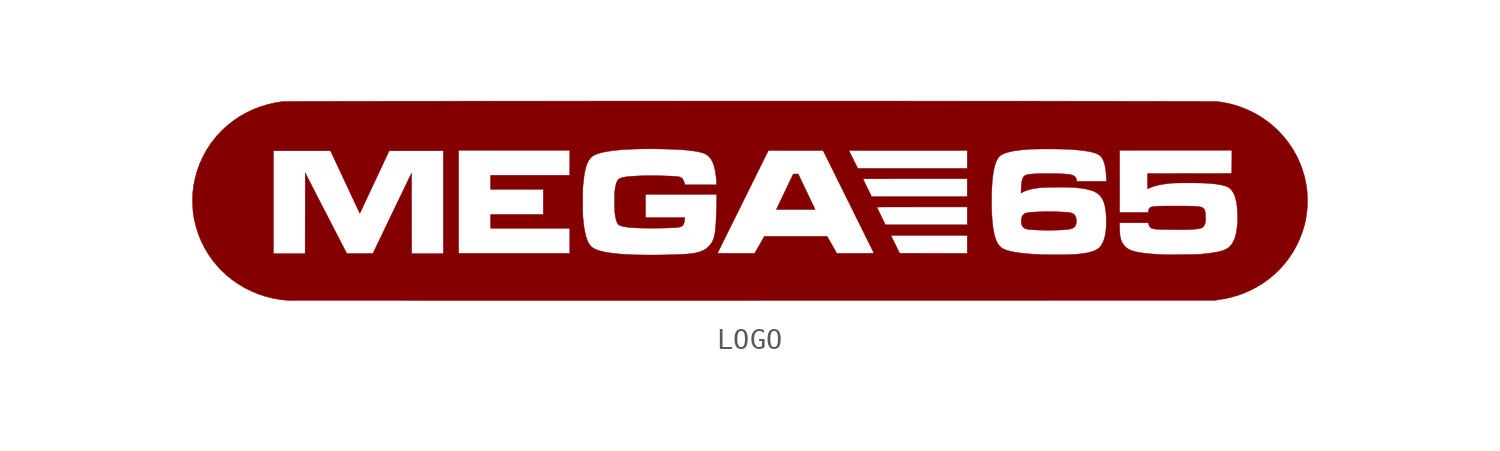
<source format=kicad_sym>
(kicad_symbol_lib
  (version 20210619)
  (generator bitmap2component)
  (symbol "LOGO"
    (pin_names
      (offset 1.016))
    (property "Reference" "#G"
      (at 0 4.247 0)
      (effects (font (size 1.27 1.27)) hide))
    (symbol "LOGO_0_0"
      (polyline (pts (xy -2.303 -4.89) (xy -0.723 -4.89) (xy 0.078 -4.89) (xy 22.74 -4.889) (xy 22.959 -4.857) (xy 23.056 -4.842) (xy 23.358 -4.787) (xy 23.642 -4.719) (xy 23.915 -4.638) (xy 24.183 -4.541) (xy 24.45 -4.427) (xy 24.781 -4.259) (xy 25.097 -4.069) (xy 25.395 -3.857) (xy 25.677 -3.626) (xy 25.939 -3.375) (xy 26.181 -3.106) (xy 26.403 -2.82) (xy 26.604 -2.518) (xy 26.781 -2.2) (xy 26.935 -1.869) (xy 27.065 -1.524) (xy 27.07 -1.51) (xy 27.16 -1.209) (xy 27.227 -0.914) (xy 27.274 -0.618) (xy 27.301 -0.313) (xy 27.31 0.007) (xy 27.306 0.222) (xy 27.29 0.471) (xy 27.261 0.713) (xy 27.217 0.954) (xy 27.157 1.206) (xy 27.153 1.222) (xy 27.046 1.573) (xy 26.913 1.912) (xy 26.756 2.239) (xy 26.576 2.553) (xy 26.373 2.852) (xy 26.149 3.135) (xy 25.905 3.401) (xy 25.641 3.649) (xy 25.359 3.877) (xy 25.059 4.085) (xy 24.744 4.271) (xy 24.412 4.435) (xy 24.29 4.488) (xy 24.02 4.593) (xy 23.752 4.681) (xy 23.479 4.753) (xy 23.193 4.811) (xy 22.888 4.856) (xy 22.869 4.857) (xy 22.822 4.858) (xy 22.748 4.859) (xy 22.647 4.86) (xy 22.52 4.861) (xy 22.369 4.861) (xy 22.192 4.862) (xy 21.991 4.863) (xy 21.766 4.864) (xy 21.518 4.864) (xy 21.248 4.865) (xy 20.956 4.866) (xy 20.642 4.866) (xy 20.308 4.867) (xy 19.954 4.867) (xy 19.58 4.868) (xy 19.187 4.869) (xy 18.775 4.869) (xy 18.346 4.87) (xy 17.899 4.87) (xy 17.436 4.871) (xy 16.956 4.871) (xy 16.461 4.872) (xy 15.951 4.872) (xy 15.427 4.873) (xy 14.888 4.873) (xy 14.336 4.873) (xy 13.772 4.874) (xy 13.196 4.874) (xy 12.608 4.875) (xy 12.009 4.875) (xy 11.399 4.875) (xy 10.78 4.875) (xy 10.152 4.876) (xy 9.515 4.876) (xy 8.87 4.876) (xy 8.217 4.876) (xy 7.558 4.877) (xy 6.892 4.877) (xy 6.22 4.877) (xy 5.543 4.877) (xy 4.862 4.877) (xy 4.176 4.877) (xy 3.487 4.878) (xy 2.795 4.878) (xy 2.101 4.878) (xy 1.405 4.878) (xy 0.708 4.878) (xy -0.688 4.878) (xy -1.385 4.878) (xy -2.081 4.878) (xy -2.776 4.878) (xy -3.468 4.877) (xy -4.157 4.877) (xy -4.843 4.877) (xy -5.524 4.877) (xy -6.201 4.877) (xy -6.873 4.877) (xy -7.54 4.877) (xy -8.199 4.876) (xy -8.852 4.876) (xy -9.498 4.876) (xy -10.135 4.876) (xy -10.764 4.875) (xy -11.384 4.875) (xy -11.994 4.875) (xy -12.593 4.874) (xy -13.182 4.874) (xy -13.759 4.874) (xy -14.324 4.873) (xy -14.876 4.873) (xy -15.415 4.872) (xy -15.94 4.872) (xy -16.451 4.872) (xy -16.947 4.871) (xy -17.427 4.871) (xy -17.891 4.87) (xy -18.339 4.87) (xy -18.769 4.869) (xy -19.181 4.869) (xy -19.575 4.868) (xy -19.95 4.867) (xy -20.306 4.867) (xy -20.641 4.866) (xy -20.955 4.865) (xy -21.248 4.865) (xy -21.52 4.864) (xy -21.769 4.863) (xy -21.994 4.863) (xy -22.197 4.862) (xy -22.375 4.861) (xy -22.528 4.86) (xy -22.656 4.86) (xy -22.758 4.859) (xy -22.833 4.858) (xy -22.882 4.857) (xy -22.902 4.856) (xy -23.27 4.797) (xy -23.644 4.71) (xy -24.005 4.599) (xy -24.353 4.464) (xy -24.688 4.306) (xy -25.007 4.125) (xy -25.311 3.921) (xy -25.599 3.695) (xy -25.869 3.449) (xy -26.122 3.181) (xy -26.354 2.893) (xy -26.449 2.762) (xy -26.637 2.469) (xy -14.28 2.469) (xy -8.834 2.469) (xy -8.834 1.242) (xy -12.714 1.242) (xy -12.714 0.55) (xy -10.132 0.55) (xy -10.132 -0.041) (xy -8.204 -0.041) (xy -8.203 0.113) (xy -8.202 0.261) (xy -8.199 0.4) (xy -8.196 0.525) (xy -8.192 0.631) (xy -8.187 0.713) (xy -8.183 0.758) (xy -8.158 1.005) (xy -8.129 1.226) (xy -8.095 1.422) (xy -8.055 1.594) (xy -8.009 1.744) (xy -7.956 1.873) (xy -7.896 1.983) (xy -7.829 2.074) (xy -7.753 2.149) (xy -7.67 2.209) (xy -7.653 2.218) (xy -7.54 2.271) (xy -7.399 2.32) (xy -7.231 2.364) (xy -7.037 2.403) (xy -6.816 2.437) (xy -6.571 2.467) (xy -6.3 2.491) (xy -6.004 2.511) (xy -5.806 2.52) (xy -5.565 2.528) (xy -5.31 2.534) (xy -5.045 2.536) (xy -4.774 2.536) (xy -4.501 2.533) (xy -4.231 2.528) (xy -3.968 2.521) (xy -3.716 2.511) (xy -3.479 2.499) (xy -3.262 2.485) (xy -3.069 2.469) (xy -3.066 2.468) (xy -2.951 2.455) (xy 4.84 2.455) (xy 10.64 2.455) (xy 10.64 1.58) (xy 5.278 1.58) (xy 5.059 2.018) (xy 4.84 2.455) (xy -2.951 2.455) (xy -2.88 2.447) (xy -2.708 2.422) (xy -2.551 2.394) (xy -2.414 2.362) (xy -2.3 2.329) (xy -2.21 2.293) (xy -2.162 2.268) (xy -2.064 2.2) (xy -1.976 2.113) (xy -1.9 2.007) (xy -1.834 1.881) (xy -1.778 1.732) (xy -1.731 1.561) (xy -1.694 1.366) (xy -1.665 1.146) (xy -1.645 0.9) (xy -1.637 0.776) (xy -3.201 0.776) (xy -3.218 0.857) (xy -3.219 0.864) (xy -3.251 0.971) (xy -3.298 1.056) (xy -3.357 1.118) (xy -3.429 1.155) (xy -3.464 1.164) (xy -3.51 1.173) (xy -3.568 1.181) (xy -3.641 1.187) (xy -3.731 1.194) (xy -3.839 1.2) (xy -3.969 1.205) (xy -4.123 1.211) (xy -4.303 1.216) (xy -4.473 1.221) (xy -4.637 1.224) (xy -4.786 1.226) (xy -4.926 1.226) (xy -5.063 1.224) (xy -5.203 1.221) (xy -5.354 1.216) (xy -5.481 1.211) (xy -5.676 1.201) (xy -5.845 1.19) (xy -5.991 1.176) (xy -6.114 1.159) (xy -6.217 1.141) (xy -6.301 1.119) (xy -6.369 1.095) (xy -6.421 1.067) (xy -6.47 1.021) (xy -6.516 0.946) (xy -6.556 0.845) (xy -6.59 0.717) (xy -6.618 0.564) (xy -6.622 0.533) (xy -6.628 0.459) (xy -6.633 0.365) (xy -6.638 0.255) (xy -6.641 0.135) (xy -6.643 0.01) (xy -6.644 -0.116) (xy -6.643 -0.237) (xy -6.641 -0.347) (xy -6.638 -0.443) (xy -6.633 -0.519) (xy -6.619 -0.661) (xy -6.595 -0.812) (xy -6.566 -0.941) (xy -6.531 -1.045) (xy -6.492 -1.125) (xy -6.447 -1.178) (xy -6.416 -1.199) (xy -6.341 -1.232) (xy -6.239 -1.262) (xy -6.11 -1.287) (xy -5.954 -1.309) (xy -5.771 -1.326) (xy -5.689 -1.331) (xy -5.562 -1.338) (xy -5.416 -1.343) (xy -5.256 -1.346) (xy -5.085 -1.349) (xy -4.906 -1.35) (xy -4.723 -1.35) (xy -4.54 -1.349) (xy -4.361 -1.347) (xy -4.188 -1.343) (xy -4.025 -1.339) (xy -3.876 -1.333) (xy -3.745 -1.327) (xy -3.635 -1.319) (xy -3.549 -1.311) (xy -3.524 -1.308) (xy -3.433 -1.29) (xy -3.365 -1.266) (xy -3.313 -1.23) (xy -3.275 -1.181) (xy -3.244 -1.116) (xy -3.23 -1.069) (xy -3.216 -1.001) (xy -3.207 -0.935) (xy -3.199 -0.833) (xy -5.122 -0.833) (xy -5.122 0.31) (xy -1.637 0.31) (xy -1.637 0.109) (xy -1.638 0.045) (xy -1.639 -0.064) (xy -1.642 -0.19) (xy -1.645 -0.327) (xy -1.649 -0.469) (xy -1.654 -0.613) (xy -1.659 -0.753) (xy -1.664 -0.885) (xy -1.669 -1.003) (xy -1.674 -1.102) (xy -1.679 -1.178) (xy -1.682 -1.214) (xy -1.699 -1.396) (xy -1.718 -1.554) (xy -1.742 -1.69) (xy -1.771 -1.809) (xy -1.806 -1.913) (xy -1.849 -2.006) (xy -1.9 -2.09) (xy -1.96 -2.168) (xy -2.031 -2.245) (xy -2.073 -2.286) (xy -2.125 -2.333) (xy -2.174 -2.37) (xy -2.229 -2.403) (xy -2.3 -2.439) (xy -2.353 -2.463) (xy -2.426 -2.493) (xy -2.502 -2.52) (xy -2.586 -2.543) (xy -2.677 -2.563) (xy -2.715 -2.57) (xy -1.592 -2.57) (xy -1.591 -2.568) (xy -1.581 -2.545) (xy -1.558 -2.499) (xy -1.524 -2.431) (xy -1.48 -2.341) (xy -1.426 -2.232) (xy -1.362 -2.103) (xy -1.29 -1.957) (xy -1.21 -1.795) (xy -1.122 -1.617) (xy -1.027 -1.426) (xy -0.926 -1.222) (xy -0.819 -1.006) (xy -0.707 -0.779) (xy -0.59 -0.544) (xy -0.47 -0.301) (xy -0.346 -0.051) (xy 0.896 2.455) (xy 3.577 2.455) (xy 4.265 1.067) (xy 5.532 1.067) (xy 5.537 1.067) (xy 5.568 1.068) (xy 5.625 1.069) (xy 5.706 1.069) (xy 5.811 1.069) (xy 5.937 1.07) (xy 6.084 1.07) (xy 6.249 1.071) (xy 6.432 1.071) (xy 6.631 1.071) (xy 6.845 1.072) (xy 7.072 1.072) (xy 7.311 1.072) (xy 7.561 1.072) (xy 7.819 1.072) (xy 10.64 1.072) (xy 10.64 0.198) (xy 5.953 0.198) (xy 5.742 0.63) (xy 5.704 0.709) (xy 5.657 0.805) (xy 5.616 0.89) (xy 5.581 0.962) (xy 5.554 1.018) (xy 5.537 1.054) (xy 5.532 1.067) (xy 4.265 1.067) (xy 4.756 0.076) (xy 11.83 0.076) (xy 11.834 0.325) (xy 11.843 0.569) (xy 11.856 0.803) (xy 11.874 1.024) (xy 11.897 1.228) (xy 11.925 1.411) (xy 11.939 1.49) (xy 11.982 1.675) (xy 12.03 1.836) (xy 12.085 1.971) (xy 12.147 2.08) (xy 12.213 2.163) (xy 12.267 2.208) (xy 12.357 2.264) (xy 12.468 2.315) (xy 12.602 2.36) (xy 12.759 2.4) (xy 12.94 2.436) (xy 13.146 2.466) (xy 13.379 2.492) (xy 13.638 2.514) (xy 13.653 2.515) (xy 13.737 2.519) (xy 13.845 2.523) (xy 13.973 2.526) (xy 14.117 2.528) (xy 14.273 2.53) (xy 14.437 2.531) (xy 14.605 2.531) (xy 14.775 2.53) (xy 14.941 2.529) (xy 15.1 2.528) (xy 15.249 2.525) (xy 15.383 2.522) (xy 15.499 2.518) (xy 15.593 2.514) (xy 15.852 2.496) (xy 16.097 2.475) (xy 16.316 2.45) (xy 16.509 2.422) (xy 16.678 2.39) (xy 16.823 2.354) (xy 16.945 2.314) (xy 17.046 2.269) (xy 17.125 2.22) (xy 17.184 2.166) (xy 17.202 2.145) (xy 17.271 2.041) (xy 17.329 1.915) (xy 17.376 1.766) (xy 17.412 1.594) (xy 17.437 1.397) (xy 17.451 1.175) (xy 17.46 0.945) (xy 16.002 0.945) (xy 16.002 0.991) (xy 16 1.011) (xy 15.983 1.073) (xy 15.953 1.134) (xy 15.915 1.181) (xy 15.902 1.193) (xy 15.861 1.219) (xy 15.809 1.242) (xy 15.744 1.261) (xy 15.664 1.278) (xy 15.568 1.292) (xy 15.455 1.303) (xy 15.321 1.312) (xy 15.166 1.318) (xy 14.988 1.323) (xy 14.785 1.325) (xy 14.556 1.326) (xy 14.472 1.326) (xy 14.266 1.324) (xy 14.087 1.32) (xy 13.932 1.313) (xy 13.8 1.303) (xy 13.691 1.291) (xy 13.601 1.276) (xy 13.531 1.258) (xy 13.479 1.236) (xy 13.47 1.231) (xy 13.422 1.195) (xy 13.382 1.144) (xy 13.35 1.076) (xy 13.324 0.99) (xy 13.305 0.883) (xy 13.291 0.752) (xy 13.283 0.596) (xy 13.274 0.365) (xy 13.357 0.415) (xy 13.415 0.446) (xy 13.536 0.495) (xy 13.682 0.54) (xy 13.85 0.578) (xy 14.039 0.61) (xy 14.245 0.635) (xy 14.263 0.637) (xy 14.344 0.642) (xy 14.448 0.647) (xy 14.569 0.651) (xy 14.704 0.655) (xy 14.849 0.657) (xy 14.998 0.659) (xy 15.148 0.66) (xy 15.294 0.66) (xy 15.431 0.659) (xy 15.555 0.657) (xy 15.662 0.654) (xy 15.748 0.65) (xy 15.832 0.645) (xy 16.07 0.623) (xy 16.284 0.596) (xy 16.473 0.563) (xy 16.641 0.523) (xy 16.788 0.477) (xy 16.894 0.432) (xy 17.012 0.363) (xy 17.115 0.277) (xy 17.203 0.173) (xy 17.277 0.051) (xy 17.337 -0.092) (xy 17.384 -0.255) (xy 17.418 -0.441) (xy 17.441 -0.651) (xy 17.452 -0.885) (xy 17.453 -0.999) (xy 17.452 -1.087) (xy 18.101 -1.087) (xy 19.515 -1.087) (xy 19.523 -1.125) (xy 19.544 -1.2) (xy 19.582 -1.279) (xy 19.634 -1.333) (xy 19.699 -1.367) (xy 19.719 -1.373) (xy 19.762 -1.382) (xy 19.815 -1.39) (xy 19.88 -1.397) (xy 19.96 -1.403) (xy 20.057 -1.407) (xy 20.173 -1.412) (xy 20.31 -1.415) (xy 20.471 -1.418) (xy 20.659 -1.421) (xy 20.854 -1.423) (xy 21.046 -1.423) (xy 21.218 -1.423) (xy 21.367 -1.421) (xy 21.491 -1.417) (xy 21.59 -1.413) (xy 21.703 -1.405) (xy 21.834 -1.394) (xy 21.941 -1.382) (xy 22.028 -1.366) (xy 22.098 -1.346) (xy 22.152 -1.321) (xy 22.195 -1.29) (xy 22.23 -1.251) (xy 22.258 -1.204) (xy 22.283 -1.148) (xy 22.285 -1.142) (xy 22.297 -1.109) (xy 22.305 -1.076) (xy 22.311 -1.038) (xy 22.314 -0.988) (xy 22.316 -0.922) (xy 22.316 -0.833) (xy 22.316 -0.79) (xy 22.313 -0.68) (xy 22.306 -0.592) (xy 22.294 -0.522) (xy 22.274 -0.467) (xy 22.248 -0.421) (xy 22.213 -0.38) (xy 22.197 -0.366) (xy 22.17 -0.347) (xy 22.137 -0.33) (xy 22.095 -0.316) (xy 22.044 -0.304) (xy 21.981 -0.293) (xy 21.905 -0.285) (xy 21.813 -0.278) (xy 21.703 -0.273) (xy 21.575 -0.269) (xy 21.426 -0.266) (xy 21.254 -0.264) (xy 21.058 -0.263) (xy 20.835 -0.263) (xy 20.665 -0.263) (xy 20.471 -0.263) (xy 20.302 -0.265) (xy 20.157 -0.267) (xy 20.032 -0.27) (xy 19.927 -0.275) (xy 19.839 -0.281) (xy 19.767 -0.289) (xy 19.709 -0.299) (xy 19.663 -0.311) (xy 19.626 -0.326) (xy 19.598 -0.343) (xy 19.577 -0.363) (xy 19.56 -0.387) (xy 19.545 -0.413) (xy 19.538 -0.429) (xy 19.522 -0.481) (xy 19.516 -0.527) (xy 19.516 -0.579) (xy 18.105 -0.579) (xy 18.105 2.469) (xy 20.856 2.47) (xy 23.608 2.47) (xy 23.601 1.333) (xy 21.537 1.33) (xy 19.473 1.326) (xy 19.473 0.951) (xy 19.474 0.857) (xy 19.474 0.761) (xy 19.476 0.688) (xy 19.478 0.636) (xy 19.481 0.603) (xy 19.485 0.587) (xy 19.491 0.583) (xy 19.496 0.586) (xy 19.525 0.598) (xy 19.569 0.618) (xy 19.622 0.641) (xy 19.643 0.65) (xy 19.775 0.698) (xy 19.928 0.741) (xy 20.104 0.78) (xy 20.305 0.813) (xy 20.532 0.843) (xy 20.574 0.847) (xy 20.631 0.852) (xy 20.691 0.857) (xy 20.759 0.86) (xy 20.837 0.863) (xy 20.928 0.865) (xy 21.035 0.866) (xy 21.162 0.867) (xy 21.31 0.867) (xy 21.484 0.868) (xy 21.492 0.868) (xy 21.696 0.867) (xy 21.876 0.866) (xy 22.035 0.864) (xy 22.175 0.861) (xy 22.301 0.856) (xy 22.415 0.85) (xy 22.521 0.843) (xy 22.623 0.834) (xy 22.723 0.823) (xy 22.825 0.81) (xy 22.963 0.79) (xy 23.125 0.759) (xy 23.259 0.724) (xy 23.368 0.685) (xy 23.452 0.642) (xy 23.471 0.63) (xy 23.558 0.553) (xy 23.637 0.452) (xy 23.705 0.33) (xy 23.762 0.188) (xy 23.785 0.112) (xy 23.823 -0.051) (xy 23.852 -0.233) (xy 23.872 -0.429) (xy 23.883 -0.634) (xy 23.886 -0.844) (xy 23.88 -1.052) (xy 23.865 -1.255) (xy 23.842 -1.447) (xy 23.81 -1.623) (xy 23.769 -1.778) (xy 23.754 -1.825) (xy 23.691 -1.976) (xy 23.616 -2.109) (xy 23.53 -2.22) (xy 23.436 -2.307) (xy 23.367 -2.352) (xy 23.272 -2.4) (xy 23.16 -2.444) (xy 23.027 -2.483) (xy 22.875 -2.518) (xy 22.7 -2.55) (xy 22.501 -2.578) (xy 22.278 -2.603) (xy 22.027 -2.626) (xy 22.018 -2.626) (xy 21.965 -2.629) (xy 21.888 -2.631) (xy 21.791 -2.634) (xy 21.676 -2.636) (xy 21.547 -2.639) (xy 21.409 -2.641) (xy 21.264 -2.643) (xy 21.115 -2.644) (xy 20.966 -2.646) (xy 20.821 -2.647) (xy 20.682 -2.647) (xy 20.554 -2.648) (xy 20.44 -2.648) (xy 20.343 -2.647) (xy 20.267 -2.646) (xy 20.214 -2.644) (xy 20.075 -2.637) (xy 19.818 -2.621) (xy 19.586 -2.603) (xy 19.379 -2.583) (xy 19.195 -2.559) (xy 19.031 -2.533) (xy 18.887 -2.502) (xy 18.761 -2.467) (xy 18.651 -2.427) (xy 18.555 -2.382) (xy 18.472 -2.332) (xy 18.401 -2.275) (xy 18.34 -2.213) (xy 18.287 -2.143) (xy 18.266 -2.111) (xy 18.221 -2.035) (xy 18.186 -1.957) (xy 18.159 -1.874) (xy 18.138 -1.78) (xy 18.124 -1.672) (xy 18.114 -1.544) (xy 18.109 -1.393) (xy 18.101 -1.087) (xy 17.452 -1.087) (xy 17.449 -1.241) (xy 17.433 -1.46) (xy 17.405 -1.656) (xy 17.365 -1.831) (xy 17.313 -1.985) (xy 17.248 -2.121) (xy 17.17 -2.24) (xy 17.107 -2.309) (xy 17.022 -2.375) (xy 16.918 -2.433) (xy 16.793 -2.484) (xy 16.646 -2.528) (xy 16.477 -2.565) (xy 16.283 -2.595) (xy 16.064 -2.62) (xy 15.819 -2.638) (xy 15.796 -2.639) (xy 15.727 -2.642) (xy 15.634 -2.644) (xy 15.524 -2.646) (xy 15.399 -2.648) (xy 15.263 -2.649) (xy 15.121 -2.65) (xy 14.977 -2.65) (xy 14.834 -2.65) (xy 14.697 -2.65) (xy 14.57 -2.649) (xy 14.457 -2.647) (xy 14.361 -2.646) (xy 14.287 -2.643) (xy 14.057 -2.633) (xy 13.761 -2.615) (xy 13.493 -2.593) (xy 13.251 -2.567) (xy 13.035 -2.536) (xy 12.845 -2.501) (xy 12.68 -2.462) (xy 12.539 -2.419) (xy 12.423 -2.371) (xy 12.385 -2.351) (xy 12.294 -2.289) (xy 12.214 -2.212) (xy 12.144 -2.118) (xy 12.082 -2.003) (xy 12.028 -1.867) (xy 11.98 -1.706) (xy 11.937 -1.52) (xy 11.929 -1.478) (xy 11.901 -1.304) (xy 11.878 -1.107) (xy 11.859 -0.892) (xy 11.845 -0.662) (xy 11.835 -0.422) (xy 11.83 -0.174) (xy 11.83 0.076) (xy 4.756 0.076) (xy 4.819 -0.051) (xy 4.862 -0.139) (xy 4.95 -0.315) (xy 6.209 -0.315) (xy 6.213 -0.315) (xy 6.242 -0.315) (xy 6.297 -0.314) (xy 6.376 -0.314) (xy 6.478 -0.313) (xy 6.602 -0.313) (xy 6.745 -0.312) (xy 6.907 -0.312) (xy 7.085 -0.311) (xy 7.279 -0.311) (xy 7.486 -0.311) (xy 7.706 -0.311) (xy 7.937 -0.311) (xy 8.177 -0.31) (xy 8.424 -0.31) (xy 10.64 -0.31) (xy 10.64 -1.185) (xy 6.633 -1.185) (xy 6.421 -0.753) (xy 6.382 -0.672) (xy 6.335 -0.577) (xy 6.293 -0.491) (xy 6.258 -0.42) (xy 6.232 -0.364) (xy 6.215 -0.329) (xy 6.209 -0.315) (xy 4.95 -0.315) (xy 4.985 -0.386) (xy 5.104 -0.627) (xy 5.219 -0.859) (xy 5.33 -1.082) (xy 5.435 -1.294) (xy 5.534 -1.494) (xy 5.626 -1.681) (xy 5.639 -1.707) (xy 6.901 -1.707) (xy 10.64 -1.707) (xy 10.64 -2.582) (xy 7.331 -2.58) (xy 7.116 -2.144) (xy 6.901 -1.707) (xy 5.639 -1.707) (xy 5.712 -1.853) (xy 5.789 -2.01) (xy 5.859 -2.15) (xy 5.919 -2.272) (xy 5.97 -2.375) (xy 6.01 -2.457) (xy 6.04 -2.518) (xy 6.059 -2.556) (xy 6.065 -2.57) (xy 6.055 -2.572) (xy 6.018 -2.574) (xy 5.955 -2.576) (xy 5.87 -2.578) (xy 5.764 -2.579) (xy 5.638 -2.581) (xy 5.494 -2.582) (xy 5.334 -2.582) (xy 5.16 -2.582) (xy 4.249 -2.582) (xy 4.012 -2.166) (xy 3.775 -1.75) (xy 0.699 -1.75) (xy 0.224 -2.582) (xy -0.687 -2.582) (xy -0.847 -2.582) (xy -1.008 -2.582) (xy -1.153 -2.581) (xy -1.281 -2.579) (xy -1.389 -2.578) (xy -1.476 -2.576) (xy -1.54 -2.574) (xy -1.579 -2.572) (xy -1.592 -2.57) (xy -2.715 -2.57) (xy -2.78 -2.581) (xy -2.895 -2.596) (xy -3.025 -2.609) (xy -3.173 -2.62) (xy -3.34 -2.63) (xy -3.528 -2.638) (xy -3.741 -2.646) (xy -3.979 -2.653) (xy -4.199 -2.658) (xy -4.489 -2.662) (xy -4.776 -2.664) (xy -5.057 -2.663) (xy -5.327 -2.66) (xy -5.584 -2.655) (xy -5.823 -2.647) (xy -6.042 -2.637) (xy -6.236 -2.625) (xy -6.275 -2.622) (xy -6.545 -2.599) (xy -6.788 -2.571) (xy -7.004 -2.538) (xy -7.196 -2.501) (xy -7.362 -2.459) (xy -7.505 -2.411) (xy -7.624 -2.358) (xy -7.722 -2.3) (xy -7.797 -2.236) (xy -7.804 -2.229) (xy -7.875 -2.139) (xy -7.94 -2.026) (xy -7.997 -1.889) (xy -8.048 -1.729) (xy -8.092 -1.544) (xy -8.129 -1.333) (xy -8.161 -1.096) (xy -8.186 -0.833) (xy -8.188 -0.816) (xy -8.193 -0.727) (xy -8.197 -0.617) (xy -8.2 -0.488) (xy -8.202 -0.346) (xy -8.203 -0.196) (xy -8.204 -0.041) (xy -10.132 -0.041) (xy -10.132 -0.677) (xy -12.714 -0.677) (xy -12.714 -1.355) (xy -8.834 -1.355) (xy -8.834 -2.582) (xy -14.28 -2.582) (xy -14.28 2.469) (xy -26.637 2.469) (xy -26.645 2.456) (xy -26.646 2.455) (xy -23.354 2.455) (xy -20.566 2.455) (xy -19.995 1.238) (xy -19.91 1.056) (xy -19.825 0.874) (xy -19.741 0.696) (xy -19.661 0.524) (xy -19.585 0.361) (xy -19.513 0.209) (xy -19.448 0.07) (xy -19.39 -0.053) (xy -19.341 -0.158) (xy -19.302 -0.242) (xy -19.273 -0.303) (xy -19.122 -0.626) (xy -19.059 -0.493) (xy -19.042 -0.456) (xy -19.013 -0.394) (xy -18.975 -0.314) (xy -18.93 -0.217) (xy -18.878 -0.107) (xy -18.822 0.012) (xy -18.762 0.139) (xy -18.702 0.268) (xy -18.688 0.297) (xy -18.621 0.44) (xy -18.545 0.602) (xy -18.462 0.777) (xy -18.376 0.961) (xy -18.288 1.149) (xy -18.201 1.334) (xy -18.118 1.511) (xy -18.041 1.676) (xy -17.676 2.455) (xy -15.028 2.455) (xy -15.028 -2.596) (xy -16.581 -2.596) (xy -16.584 -0.624) (xy -16.588 1.348) (xy -16.708 1.101) (xy -16.713 1.091) (xy -16.737 1.04) (xy -16.772 0.967) (xy -16.818 0.872) (xy -16.873 0.757) (xy -16.937 0.625) (xy -17.008 0.477) (xy -17.087 0.314) (xy -17.171 0.138) (xy -17.261 -0.048) (xy -17.354 -0.244) (xy -17.452 -0.447) (xy -17.552 -0.655) (xy -17.654 -0.868) (xy -18.48 -2.589) (xy -19.761 -2.589) (xy -20.599 -0.967) (xy -20.695 -0.781) (xy -20.801 -0.575) (xy -20.905 -0.374) (xy -21.006 -0.178) (xy -21.103 0.011) (xy -21.195 0.189) (xy -21.281 0.356) (xy -21.36 0.51) (xy -21.431 0.648) (xy -21.493 0.769) (xy -21.545 0.871) (xy -21.587 0.952) (xy -21.616 1.009) (xy -21.795 1.362) (xy -21.798 -0.617) (xy -21.802 -2.596) (xy -23.354 -2.596) (xy -23.354 2.455) (xy -26.646 2.455) (xy -26.819 2.135) (xy -26.968 1.803) (xy -27.092 1.461) (xy -27.19 1.111) (xy -27.262 0.756) (xy -27.306 0.398) (xy -27.311 0.327) (xy -27.316 0.191) (xy -27.318 0.041) (xy -27.316 -0.115) (xy -27.311 -0.272) (xy -27.302 -0.421) (xy -27.291 -0.556) (xy -27.277 -0.67) (xy -27.234 -0.916) (xy -27.148 -1.281) (xy -27.036 -1.634) (xy -26.898 -1.975) (xy -26.735 -2.304) (xy -26.547 -2.622) (xy -26.332 -2.928) (xy -26.165 -3.136) (xy -25.919 -3.405) (xy -25.654 -3.653) (xy -25.372 -3.882) (xy -25.073 -4.089) (xy -24.76 -4.275) (xy -24.433 -4.438) (xy -24.095 -4.578) (xy -23.747 -4.693) (xy -23.39 -4.784) (xy -23.025 -4.849) (xy -22.655 -4.887) (xy -22.65 -4.887) (xy -22.618 -4.887) (xy -22.559 -4.887) (xy -22.473 -4.887) (xy -22.36 -4.888) (xy -22.221 -4.888) (xy -22.056 -4.888) (xy -21.867 -4.888) (xy -21.652 -4.888) (xy -21.414 -4.888) (xy -21.152 -4.888) (xy -20.867 -4.888) (xy -20.558 -4.889) (xy -20.228 -4.889) (xy -19.876 -4.889) (xy -19.502 -4.889) (xy -19.108 -4.889) (xy -18.693 -4.889) (xy -18.258 -4.889) (xy -17.804 -4.889) (xy -17.331 -4.889) (xy -16.84 -4.89) (xy -16.33 -4.89) (xy -15.803 -4.89) (xy -15.258 -4.89) (xy -14.697 -4.89) (xy -14.12 -4.89) (xy -13.528 -4.89) (xy -12.92 -4.89) (xy -12.297 -4.89) (xy -11.661 -4.89) (xy -11.01 -4.89) (xy -8.981 -4.89) (xy -8.28 -4.89) (xy -3.081 -4.89) (xy -2.303 -4.89)) (stroke (width 0.01)) (fill (type outline)))
      (polyline (pts (xy 14.886 -1.448) (xy 15.063 -1.443) (xy 15.228 -1.437) (xy 15.376 -1.428) (xy 15.504 -1.417) (xy 15.608 -1.405) (xy 15.668 -1.394) (xy 15.774 -1.365) (xy 15.856 -1.324) (xy 15.917 -1.268) (xy 15.958 -1.196) (xy 15.981 -1.106) (xy 15.988 -0.995) (xy 15.981 -0.898) (xy 15.956 -0.797) (xy 15.914 -0.715) (xy 15.854 -0.654) (xy 15.779 -0.615) (xy 15.757 -0.608) (xy 15.715 -0.597) (xy 15.667 -0.588) (xy 15.61 -0.58) (xy 15.541 -0.573) (xy 15.457 -0.566) (xy 15.354 -0.56) (xy 15.23 -0.554) (xy 15.08 -0.548) (xy 15.077 -0.548) (xy 14.913 -0.542) (xy 14.767 -0.539) (xy 14.632 -0.538) (xy 14.496 -0.539) (xy 14.353 -0.542) (xy 14.191 -0.548) (xy 14.138 -0.55) (xy 13.984 -0.557) (xy 13.855 -0.564) (xy 13.748 -0.572) (xy 13.66 -0.581) (xy 13.589 -0.592) (xy 13.531 -0.605) (xy 13.485 -0.621) (xy 13.448 -0.639) (xy 13.416 -0.662) (xy 13.388 -0.688) (xy 13.375 -0.702) (xy 13.334 -0.758) (xy 13.307 -0.823) (xy 13.292 -0.902) (xy 13.287 -1.002) (xy 13.287 -1.022) (xy 13.289 -1.085) (xy 13.294 -1.131) (xy 13.305 -1.172) (xy 13.323 -1.215) (xy 13.328 -1.224) (xy 13.355 -1.272) (xy 13.389 -1.312) (xy 13.431 -1.345) (xy 13.484 -1.371) (xy 13.552 -1.391) (xy 13.637 -1.408) (xy 13.742 -1.42) (xy 13.87 -1.43) (xy 14.023 -1.438) (xy 14.133 -1.442) (xy 14.32 -1.447) (xy 14.511 -1.45) (xy 14.701 -1.45) (xy 14.886 -1.448)) (stroke (width 0.01)) (fill (type outline)))
      (polyline (pts (xy 3.161 -0.378) (xy 3.16 -0.375) (xy 3.147 -0.347) (xy 3.123 -0.296) (xy 3.089 -0.226) (xy 3.047 -0.137) (xy 2.997 -0.032) (xy 2.941 0.085) (xy 2.88 0.214) (xy 2.815 0.351) (xy 2.746 0.494) (xy 2.358 1.305) (xy 2.116 1.305) (xy 1.734 0.508) (xy 1.727 0.493) (xy 1.659 0.351) (xy 1.594 0.215) (xy 1.533 0.088) (xy 1.478 -0.029) (xy 1.428 -0.132) (xy 1.387 -0.22) (xy 1.354 -0.289) (xy 1.331 -0.338) (xy 1.319 -0.363) (xy 1.286 -0.437) (xy 3.188 -0.437) (xy 3.161 -0.378)) (stroke (width 0.01)) (fill (type outline))))))
</source>
